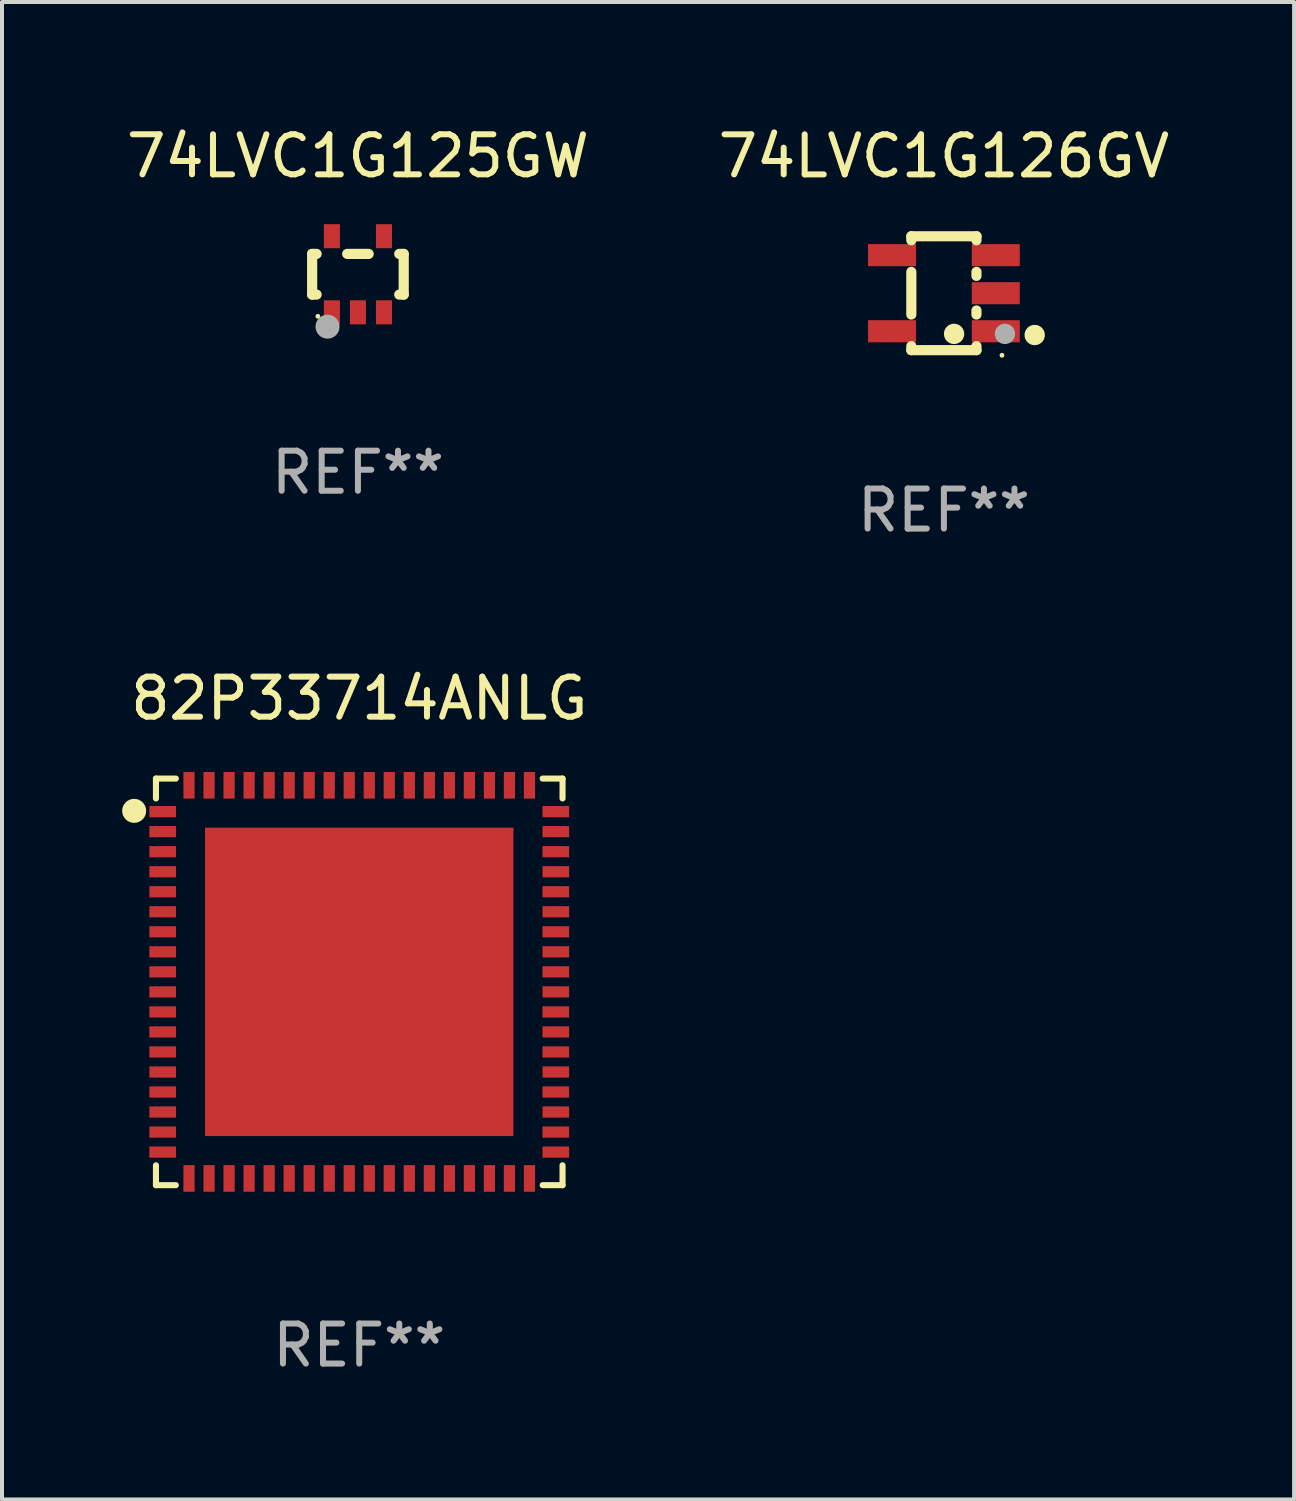
<source format=kicad_pcb>
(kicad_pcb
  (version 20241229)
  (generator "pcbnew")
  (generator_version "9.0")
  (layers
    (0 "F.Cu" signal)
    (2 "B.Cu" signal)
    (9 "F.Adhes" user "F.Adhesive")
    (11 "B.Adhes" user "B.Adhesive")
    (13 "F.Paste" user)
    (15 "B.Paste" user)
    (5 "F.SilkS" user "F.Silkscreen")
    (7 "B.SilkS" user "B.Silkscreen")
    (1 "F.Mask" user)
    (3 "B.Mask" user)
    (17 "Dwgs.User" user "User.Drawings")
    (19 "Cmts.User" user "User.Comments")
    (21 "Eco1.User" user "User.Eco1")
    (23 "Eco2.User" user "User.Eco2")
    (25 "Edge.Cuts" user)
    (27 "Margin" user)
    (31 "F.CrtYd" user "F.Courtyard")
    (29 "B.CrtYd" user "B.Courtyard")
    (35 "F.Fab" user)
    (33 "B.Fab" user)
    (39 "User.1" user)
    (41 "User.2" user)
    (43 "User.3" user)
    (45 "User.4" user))
  (footprint "74LVC1G126GV"
    (layer "F.Cu")
    (at 20.518 4.271)
    (property "Reference" "74LVC1G126GV" (at 0 -3.422 0) (layer "F.SilkS") (effects (font (size 1 1) (thickness 0.15))))
    (attr through_hole)
    (fp_line (start -0.813 -1.422) (end 0.813 -1.422) (stroke (width 0.254) (type solid)) (layer "F.SilkS"))
    (fp_line (start -0.813 -1.321) (end -0.813 -1.422) (stroke (width 0.254) (type solid)) (layer "F.SilkS"))
    (fp_line (start -0.813 0.533) (end -0.813 -0.533) (stroke (width 0.254) (type solid)) (layer "F.SilkS"))
    (fp_line (start -0.813 1.422) (end -0.813 1.321) (stroke (width 0.254) (type solid)) (layer "F.SilkS"))
    (fp_line (start 0.813 -1.422) (end 0.813 -1.321) (stroke (width 0.254) (type solid)) (layer "F.SilkS"))
    (fp_line (start 0.813 -0.533) (end 0.813 -0.432) (stroke (width 0.254) (type solid)) (layer "F.SilkS"))
    (fp_line (start 0.813 0.432) (end 0.813 0.533) (stroke (width 0.254) (type solid)) (layer "F.SilkS"))
    (fp_line (start 0.813 1.321) (end 0.813 1.422) (stroke (width 0.254) (type solid)) (layer "F.SilkS"))
    (fp_line (start 0.813 1.422) (end -0.813 1.422) (stroke (width 0.254) (type solid)) (layer "F.SilkS"))
    (fp_circle (center 0.254 1.016) (end 0.381 1.016) (stroke (width 0.254) (type solid)) (fill no) (layer "F.SilkS"))
    (fp_circle (center 1.45 1.55) (end 1.48 1.55) (stroke (width 0.06) (type solid)) (fill no) (layer "F.SilkS"))
    (fp_circle (center 2.267 1.044) (end 2.394 1.044) (stroke (width 0.254) (type solid)) (fill no) (layer "F.SilkS"))
    (fp_circle (center 1.524 1.016) (end 1.651 1.016) (stroke (width 0.254) (type solid)) (fill no) (layer "F.Fab"))
    (fp_text user "REF**" (at 0 5.422 0) (layer "F.Fab") (effects (font (size 1 1) (thickness 0.15))))
    (pad "1" smd rect (at 1.295 0.95 90) (size 0.551 1.199) (layers "F.Cu" "F.Mask" "F.Paste"))
    (pad "2" smd rect (at 1.295 0 90) (size 0.551 1.199) (layers "F.Cu" "F.Mask" "F.Paste"))
    (pad "3" smd rect (at 1.295 -0.95 90) (size 0.551 1.199) (layers "F.Cu" "F.Mask" "F.Paste"))
    (pad "4" smd rect (at -1.295 -0.95 90) (size 0.551 1.199) (layers "F.Cu" "F.Mask" "F.Paste"))
    (pad "5" smd rect (at -1.295 0.95 90) (size 0.551 1.199) (layers "F.Cu" "F.Mask" "F.Paste")))
  (footprint "82P33714ANLG"
    (layer "F.Cu")
    (at 5.92 21.466)
    (property "Reference" "82P33714ANLG" (at 0 -7.076 0) (layer "F.SilkS") (effects (font (size 1 1) (thickness 0.15))))
    (attr through_hole)
    (fp_line (start -5.076 -5.076) (end -5.076 -4.58) (stroke (width 0.152) (type solid)) (layer "F.SilkS"))
    (fp_line (start -5.076 5.076) (end -5.076 4.58) (stroke (width 0.152) (type solid)) (layer "F.SilkS"))
    (fp_line (start -4.58 -5.076) (end -5.076 -5.076) (stroke (width 0.152) (type solid)) (layer "F.SilkS"))
    (fp_line (start -4.58 5.076) (end -5.076 5.076) (stroke (width 0.152) (type solid)) (layer "F.SilkS"))
    (fp_line (start 4.58 -5.076) (end 5.076 -5.076) (stroke (width 0.152) (type solid)) (layer "F.SilkS"))
    (fp_line (start 4.58 5.076) (end 5.076 5.076) (stroke (width 0.152) (type solid)) (layer "F.SilkS"))
    (fp_line (start 5.076 -5.076) (end 5.076 -4.58) (stroke (width 0.152) (type solid)) (layer "F.SilkS"))
    (fp_line (start 5.076 5.076) (end 5.076 4.58) (stroke (width 0.152) (type solid)) (layer "F.SilkS"))
    (fp_circle (center -5.62 -4.27) (end -5.47 -4.27) (stroke (width 0.3) (type solid)) (fill no) (layer "F.SilkS"))
    (fp_text user "REF**" (at 0 9.076 0) (layer "F.Fab") (effects (font (size 1 1) (thickness 0.15))))
    (pad "1" smd rect (at -4.908 -4.25 270) (size 0.28 0.665) (layers "F.Cu" "F.Mask" "F.Paste"))
    (pad "2" smd rect (at -4.908 -3.75 270) (size 0.28 0.665) (layers "F.Cu" "F.Mask" "F.Paste"))
    (pad "3" smd rect (at -4.908 -3.25 270) (size 0.28 0.665) (layers "F.Cu" "F.Mask" "F.Paste"))
    (pad "4" smd rect (at -4.908 -2.75 270) (size 0.28 0.665) (layers "F.Cu" "F.Mask" "F.Paste"))
    (pad "5" smd rect (at -4.908 -2.25 270) (size 0.28 0.665) (layers "F.Cu" "F.Mask" "F.Paste"))
    (pad "6" smd rect (at -4.908 -1.75 270) (size 0.28 0.665) (layers "F.Cu" "F.Mask" "F.Paste"))
    (pad "7" smd rect (at -4.908 -1.25 270) (size 0.28 0.665) (layers "F.Cu" "F.Mask" "F.Paste"))
    (pad "8" smd rect (at -4.908 -0.75 270) (size 0.28 0.665) (layers "F.Cu" "F.Mask" "F.Paste"))
    (pad "9" smd rect (at -4.908 -0.25 270) (size 0.28 0.665) (layers "F.Cu" "F.Mask" "F.Paste"))
    (pad "10" smd rect (at -4.908 0.25 270) (size 0.28 0.665) (layers "F.Cu" "F.Mask" "F.Paste"))
    (pad "11" smd rect (at -4.908 0.75 270) (size 0.28 0.665) (layers "F.Cu" "F.Mask" "F.Paste"))
    (pad "12" smd rect (at -4.908 1.25 270) (size 0.28 0.665) (layers "F.Cu" "F.Mask" "F.Paste"))
    (pad "13" smd rect (at -4.908 1.75 270) (size 0.28 0.665) (layers "F.Cu" "F.Mask" "F.Paste"))
    (pad "14" smd rect (at -4.908 2.25 270) (size 0.28 0.665) (layers "F.Cu" "F.Mask" "F.Paste"))
    (pad "15" smd rect (at -4.908 2.75 270) (size 0.28 0.665) (layers "F.Cu" "F.Mask" "F.Paste"))
    (pad "16" smd rect (at -4.908 3.25 270) (size 0.28 0.665) (layers "F.Cu" "F.Mask" "F.Paste"))
    (pad "17" smd rect (at -4.908 3.75 270) (size 0.28 0.665) (layers "F.Cu" "F.Mask" "F.Paste"))
    (pad "18" smd rect (at -4.908 4.25 270) (size 0.28 0.665) (layers "F.Cu" "F.Mask" "F.Paste"))
    (pad "19" smd rect (at -4.25 4.908 270) (size 0.665 0.28) (layers "F.Cu" "F.Mask" "F.Paste"))
    (pad "20" smd rect (at -3.75 4.908 270) (size 0.665 0.28) (layers "F.Cu" "F.Mask" "F.Paste"))
    (pad "21" smd rect (at -3.25 4.908 270) (size 0.665 0.28) (layers "F.Cu" "F.Mask" "F.Paste"))
    (pad "22" smd rect (at -2.75 4.908 270) (size 0.665 0.28) (layers "F.Cu" "F.Mask" "F.Paste"))
    (pad "23" smd rect (at -2.25 4.908 270) (size 0.665 0.28) (layers "F.Cu" "F.Mask" "F.Paste"))
    (pad "24" smd rect (at -1.75 4.908 270) (size 0.665 0.28) (layers "F.Cu" "F.Mask" "F.Paste"))
    (pad "25" smd rect (at -1.25 4.908 270) (size 0.665 0.28) (layers "F.Cu" "F.Mask" "F.Paste"))
    (pad "26" smd rect (at -0.75 4.908 270) (size 0.665 0.28) (layers "F.Cu" "F.Mask" "F.Paste"))
    (pad "27" smd rect (at -0.25 4.908 270) (size 0.665 0.28) (layers "F.Cu" "F.Mask" "F.Paste"))
    (pad "28" smd rect (at 0.25 4.908 270) (size 0.665 0.28) (layers "F.Cu" "F.Mask" "F.Paste"))
    (pad "29" smd rect (at 0.75 4.908 270) (size 0.665 0.28) (layers "F.Cu" "F.Mask" "F.Paste"))
    (pad "30" smd rect (at 1.25 4.908 270) (size 0.665 0.28) (layers "F.Cu" "F.Mask" "F.Paste"))
    (pad "31" smd rect (at 1.75 4.908 270) (size 0.665 0.28) (layers "F.Cu" "F.Mask" "F.Paste"))
    (pad "32" smd rect (at 2.25 4.908 270) (size 0.665 0.28) (layers "F.Cu" "F.Mask" "F.Paste"))
    (pad "33" smd rect (at 2.75 4.908 270) (size 0.665 0.28) (layers "F.Cu" "F.Mask" "F.Paste"))
    (pad "34" smd rect (at 3.25 4.908 270) (size 0.665 0.28) (layers "F.Cu" "F.Mask" "F.Paste"))
    (pad "35" smd rect (at 3.75 4.908 270) (size 0.665 0.28) (layers "F.Cu" "F.Mask" "F.Paste"))
    (pad "36" smd rect (at 4.25 4.908 270) (size 0.665 0.28) (layers "F.Cu" "F.Mask" "F.Paste"))
    (pad "37" smd rect (at 4.908 4.25 270) (size 0.28 0.665) (layers "F.Cu" "F.Mask" "F.Paste"))
    (pad "38" smd rect (at 4.908 3.75 270) (size 0.28 0.665) (layers "F.Cu" "F.Mask" "F.Paste"))
    (pad "39" smd rect (at 4.908 3.25 270) (size 0.28 0.665) (layers "F.Cu" "F.Mask" "F.Paste"))
    (pad "40" smd rect (at 4.908 2.75 270) (size 0.28 0.665) (layers "F.Cu" "F.Mask" "F.Paste"))
    (pad "41" smd rect (at 4.908 2.25 270) (size 0.28 0.665) (layers "F.Cu" "F.Mask" "F.Paste"))
    (pad "42" smd rect (at 4.908 1.75 270) (size 0.28 0.665) (layers "F.Cu" "F.Mask" "F.Paste"))
    (pad "43" smd rect (at 4.908 1.25 270) (size 0.28 0.665) (layers "F.Cu" "F.Mask" "F.Paste"))
    (pad "44" smd rect (at 4.908 0.75 270) (size 0.28 0.665) (layers "F.Cu" "F.Mask" "F.Paste"))
    (pad "45" smd rect (at 4.908 0.25 270) (size 0.28 0.665) (layers "F.Cu" "F.Mask" "F.Paste"))
    (pad "46" smd rect (at 4.908 -0.25 270) (size 0.28 0.665) (layers "F.Cu" "F.Mask" "F.Paste"))
    (pad "47" smd rect (at 4.908 -0.75 270) (size 0.28 0.665) (layers "F.Cu" "F.Mask" "F.Paste"))
    (pad "48" smd rect (at 4.908 -1.25 270) (size 0.28 0.665) (layers "F.Cu" "F.Mask" "F.Paste"))
    (pad "49" smd rect (at 4.908 -1.75 270) (size 0.28 0.665) (layers "F.Cu" "F.Mask" "F.Paste"))
    (pad "50" smd rect (at 4.908 -2.25 270) (size 0.28 0.665) (layers "F.Cu" "F.Mask" "F.Paste"))
    (pad "51" smd rect (at 4.908 -2.75 270) (size 0.28 0.665) (layers "F.Cu" "F.Mask" "F.Paste"))
    (pad "52" smd rect (at 4.908 -3.25 270) (size 0.28 0.665) (layers "F.Cu" "F.Mask" "F.Paste"))
    (pad "53" smd rect (at 4.908 -3.75 270) (size 0.28 0.665) (layers "F.Cu" "F.Mask" "F.Paste"))
    (pad "54" smd rect (at 4.908 -4.25 270) (size 0.28 0.665) (layers "F.Cu" "F.Mask" "F.Paste"))
    (pad "55" smd rect (at 4.25 -4.908 270) (size 0.665 0.28) (layers "F.Cu" "F.Mask" "F.Paste"))
    (pad "56" smd rect (at 3.75 -4.908 270) (size 0.665 0.28) (layers "F.Cu" "F.Mask" "F.Paste"))
    (pad "57" smd rect (at 3.25 -4.908 270) (size 0.665 0.28) (layers "F.Cu" "F.Mask" "F.Paste"))
    (pad "58" smd rect (at 2.75 -4.908 270) (size 0.665 0.28) (layers "F.Cu" "F.Mask" "F.Paste"))
    (pad "59" smd rect (at 2.25 -4.908 270) (size 0.665 0.28) (layers "F.Cu" "F.Mask" "F.Paste"))
    (pad "60" smd rect (at 1.75 -4.908 270) (size 0.665 0.28) (layers "F.Cu" "F.Mask" "F.Paste"))
    (pad "61" smd rect (at 1.25 -4.908 270) (size 0.665 0.28) (layers "F.Cu" "F.Mask" "F.Paste"))
    (pad "62" smd rect (at 0.75 -4.908 270) (size 0.665 0.28) (layers "F.Cu" "F.Mask" "F.Paste"))
    (pad "63" smd rect (at 0.25 -4.908 270) (size 0.665 0.28) (layers "F.Cu" "F.Mask" "F.Paste"))
    (pad "64" smd rect (at -0.25 -4.908 270) (size 0.665 0.28) (layers "F.Cu" "F.Mask" "F.Paste"))
    (pad "65" smd rect (at -0.75 -4.908 270) (size 0.665 0.28) (layers "F.Cu" "F.Mask" "F.Paste"))
    (pad "66" smd rect (at -1.25 -4.908 270) (size 0.665 0.28) (layers "F.Cu" "F.Mask" "F.Paste"))
    (pad "67" smd rect (at -1.75 -4.908 270) (size 0.665 0.28) (layers "F.Cu" "F.Mask" "F.Paste"))
    (pad "68" smd rect (at -2.25 -4.908 270) (size 0.665 0.28) (layers "F.Cu" "F.Mask" "F.Paste"))
    (pad "69" smd rect (at -2.75 -4.908 270) (size 0.665 0.28) (layers "F.Cu" "F.Mask" "F.Paste"))
    (pad "70" smd rect (at -3.25 -4.908 270) (size 0.665 0.28) (layers "F.Cu" "F.Mask" "F.Paste"))
    (pad "71" smd rect (at -3.75 -4.908 270) (size 0.665 0.28) (layers "F.Cu" "F.Mask" "F.Paste"))
    (pad "72" smd rect (at -4.25 -4.908 270) (size 0.665 0.28) (layers "F.Cu" "F.Mask" "F.Paste"))
    (pad "73" smd rect (at 0 0 270) (size 7.7 7.7) (layers "F.Cu" "F.Mask" "F.Paste")))
  (footprint "74LVC1G125GW"
    (layer "F.Cu")
    (at 5.887 3.798)
    (property "Reference" "74LVC1G125GW" (at 0 -2.95 0) (layer "F.SilkS") (effects (font (size 1 1) (thickness 0.15))))
    (attr through_hole)
    (fp_line (start -1.143 -0.508) (end -1.032 -0.508) (stroke (width 0.254) (type solid)) (layer "F.SilkS"))
    (fp_line (start -1.143 0.508) (end -1.143 -0.508) (stroke (width 0.254) (type solid)) (layer "F.SilkS"))
    (fp_line (start -1.032 0.508) (end -1.143 0.508) (stroke (width 0.254) (type solid)) (layer "F.SilkS"))
    (fp_line (start -0.268 -0.508) (end 0.268 -0.508) (stroke (width 0.254) (type solid)) (layer "F.SilkS"))
    (fp_line (start 1.032 -0.508) (end 1.143 -0.508) (stroke (width 0.254) (type solid)) (layer "F.SilkS"))
    (fp_line (start 1.143 -0.508) (end 1.143 0.508) (stroke (width 0.254) (type solid)) (layer "F.SilkS"))
    (fp_line (start 1.143 0.508) (end 1.032 0.508) (stroke (width 0.254) (type solid)) (layer "F.SilkS"))
    (fp_circle (center -1 1.05) (end -0.97 1.05) (stroke (width 0.06) (type solid)) (fill no) (layer "F.SilkS"))
    (fp_circle (center -0.759 1.309) (end -0.609 1.309) (stroke (width 0.3) (type solid)) (fill no) (layer "F.Fab"))
    (fp_text user "REF**" (at 0 4.95 0) (layer "F.Fab") (effects (font (size 1 1) (thickness 0.15))))
    (pad "1" smd rect (at -0.65 0.95 180) (size 0.4 0.6) (layers "F.Cu" "F.Mask" "F.Paste"))
    (pad "2" smd rect (at 0 0.95 180) (size 0.4 0.6) (layers "F.Cu" "F.Mask" "F.Paste"))
    (pad "3" smd rect (at 0.65 0.95 180) (size 0.4 0.6) (layers "F.Cu" "F.Mask" "F.Paste"))
    (pad "4" smd rect (at 0.65 -0.95 180) (size 0.4 0.6) (layers "F.Cu" "F.Mask" "F.Paste"))
    (pad "5" smd rect (at -0.65 -0.95 180) (size 0.4 0.6) (layers "F.Cu" "F.Mask" "F.Paste")))
  (gr_rect
    (start -3 -3)
    (end 29.262 34.39)
    (stroke (width 0.1) (type default))
    (fill no)
    (layer "Edge.Cuts")))
</source>
